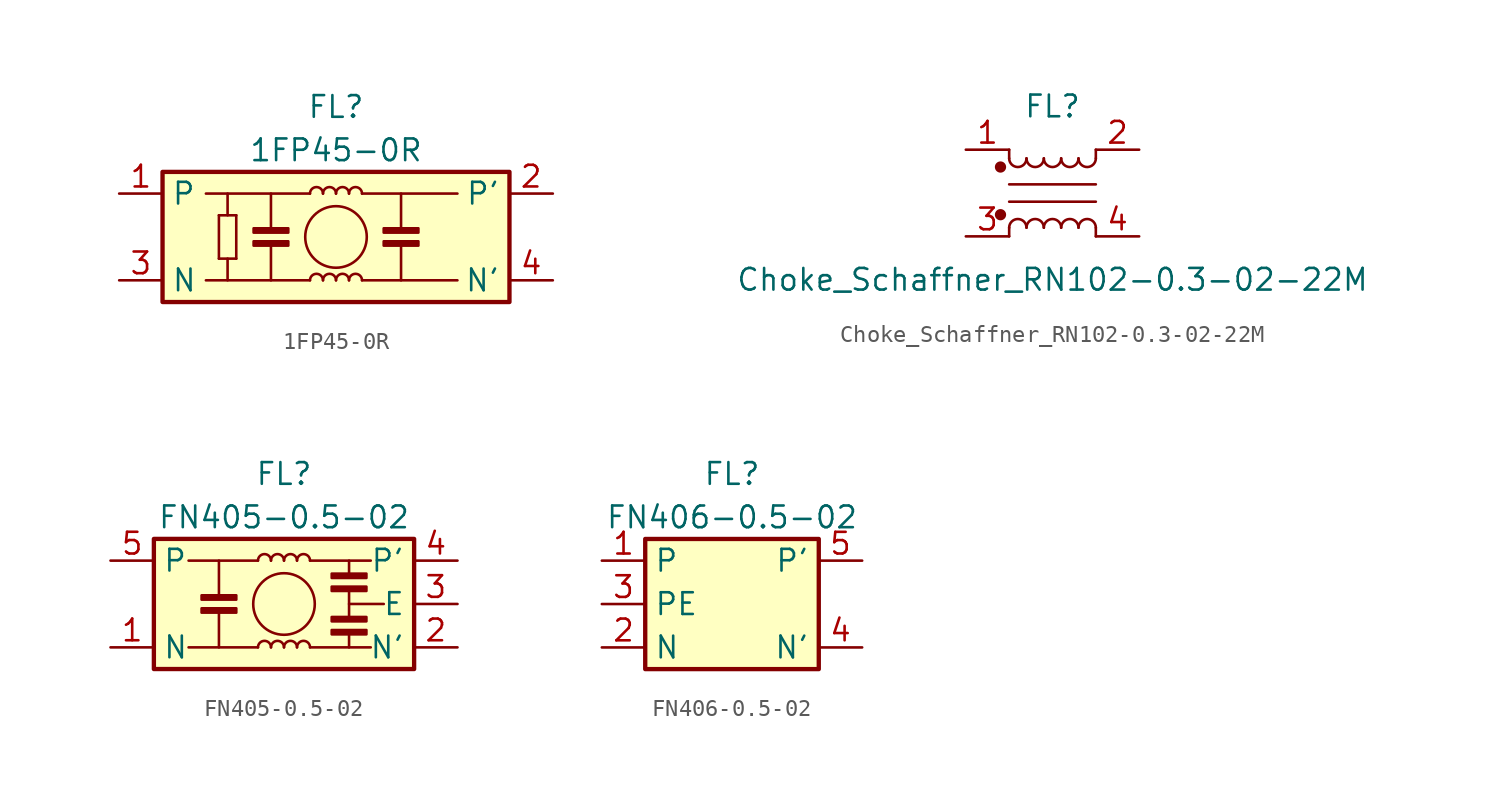
<source format=kicad_sym>
(kicad_symbol_lib
  (version 20201005)
  (generator kicad_symbol_editor)
  (symbol "Filter:1FP45-0R"
    (property "Reference" "FL"
      (at 0 7.62 0)
      (effects (font (size 1.27 1.27))))
    (property "Value" "1FP45-0R"
      (at 0 5.08 0)
      (effects (font (size 1.27 1.27))))
    (symbol "1FP45-0R_1_1"
      (arc (start -0.762 -2.54) (end -1.524 -2.54) (radius (at -1.143 -2.54) (length 0.381) (angles 0.1 179.9)) (stroke (width 0)) (fill (type none)))
      (arc (start -0.762 2.54) (end -1.524 2.54) (radius (at -1.143 2.54) (length 0.381) (angles 0.1 179.9)) (stroke (width 0)) (fill (type none)))
      (arc (start 0 -2.54) (end -0.762 -2.54) (radius (at -0.381 -2.54) (length 0.381) (angles 0.1 179.9)) (stroke (width 0)) (fill (type none)))
      (arc (start 0 2.54) (end -0.762 2.54) (radius (at -0.381 2.54) (length 0.381) (angles 0.1 179.9)) (stroke (width 0)) (fill (type none)))
      (arc (start 0.762 -2.54) (end 0 -2.54) (radius (at 0.381 -2.54) (length 0.381) (angles 0.1 179.9)) (stroke (width 0)) (fill (type none)))
      (arc (start 0.762 2.54) (end 0 2.54) (radius (at 0.381 2.54) (length 0.381) (angles 0.1 179.9)) (stroke (width 0)) (fill (type none)))
      (arc (start 1.524 -2.54) (end 0.762 -2.54) (radius (at 1.143 -2.54) (length 0.381) (angles 0.1 179.9)) (stroke (width 0)) (fill (type none)))
      (arc (start 1.524 2.54) (end 0.762 2.54) (radius (at 1.143 2.54) (length 0.381) (angles 0.1 179.9)) (stroke (width 0)) (fill (type none)))
      (circle (center 0 0) (radius 1.803) (stroke (width 0)) (fill (type none)))
      (rectangle (start -10.16 3.81) (end 10.16 -3.81) (stroke (width 0.254)) (fill (type background)))
      (rectangle (start -4.826 -0.254) (end -2.794 -0.508) (stroke (width 0)) (fill (type outline)))
      (rectangle (start -4.826 0.254) (end -2.794 0.508) (stroke (width 0)) (fill (type outline)))
      (rectangle (start 2.794 -0.254) (end 4.826 -0.508) (stroke (width 0)) (fill (type outline)))
      (rectangle (start 2.794 0.254) (end 4.826 0.508) (stroke (width 0)) (fill (type outline)))
      (polyline (pts (xy -6.858 -1.27) (xy -6.858 1.27)) (stroke (width 0)) (fill (type none)))
      (polyline (pts (xy -6.858 -1.27) (xy -5.842 -1.27)) (stroke (width 0)) (fill (type none)))
      (polyline (pts (xy -6.858 1.27) (xy -5.842 1.27)) (stroke (width 0)) (fill (type none)))
      (polyline (pts (xy -6.35 -1.27) (xy -6.35 -2.54)) (stroke (width 0)) (fill (type none)))
      (polyline (pts (xy -6.35 1.27) (xy -6.35 2.54)) (stroke (width 0)) (fill (type none)))
      (polyline (pts (xy -5.842 -1.27) (xy -5.842 1.27)) (stroke (width 0)) (fill (type none)))
      (polyline (pts (xy -3.81 -0.508) (xy -3.81 -2.54)) (stroke (width 0)) (fill (type none)))
      (polyline (pts (xy -3.81 0.508) (xy -3.81 2.54)) (stroke (width 0)) (fill (type none)))
      (polyline (pts (xy -1.524 -2.54) (xy -7.62 -2.54)) (stroke (width 0)) (fill (type none)))
      (polyline (pts (xy -1.524 2.54) (xy -7.62 2.54)) (stroke (width 0)) (fill (type none)))
      (polyline (pts (xy 1.524 -2.54) (xy 7.112 -2.54)) (stroke (width 0)) (fill (type none)))
      (polyline (pts (xy 3.81 -0.508) (xy 3.81 -2.54)) (stroke (width 0)) (fill (type none)))
      (polyline (pts (xy 3.81 0.508) (xy 3.81 2.54)) (stroke (width 0)) (fill (type none)))
      (polyline (pts (xy 7.112 2.54) (xy 1.524 2.54)) (stroke (width 0)) (fill (type none)))
      (pin passive line (at -12.7 2.54 0) (length 2.54) (name "P" (effects (font (size 1.27 1.27)))) (number "1" (effects (font (size 1.27 1.27)))))
      (pin passive line (at 12.7 2.54 180) (length 2.54) (name "P'" (effects (font (size 1.27 1.27)))) (number "2" (effects (font (size 1.27 1.27)))))
      (pin passive line (at -12.7 -2.54 0) (length 2.54) (name "N" (effects (font (size 1.27 1.27)))) (number "3" (effects (font (size 1.27 1.27)))))
      (pin passive line (at 12.7 -2.54 180) (length 2.54) (name "N'" (effects (font (size 1.27 1.27)))) (number "4" (effects (font (size 1.27 1.27)))))))
  (symbol "Filter:Choke_Schaffner_RN102-0.3-02-22M"
    (pin_names hide)
    (property "Reference" "FL"
      (at 0 5.08 0)
      (effects (font (size 1.27 1.27))))
    (property "Value" "Choke_Schaffner_RN102-0.3-02-22M"
      (at 0 -5.08 0)
      (effects (font (size 1.27 1.27))))
    (symbol "Choke_Schaffner_RN102-0.3-02-22M_1_1"
      (arc (start -1.524 -2.032) (end -2.54 -2.032) (radius (at -2.032 -2.032) (length 0.508) (angles 0.1 179.9)) (stroke (width 0)) (fill (type none)))
      (arc (start -2.54 2.032) (end -1.524 2.032) (radius (at -2.032 2.032) (length 0.508) (angles -179.9 -0.1)) (stroke (width 0)) (fill (type none)))
      (arc (start -0.508 -2.032) (end -1.524 -2.032) (radius (at -1.016 -2.032) (length 0.508) (angles 0.1 179.9)) (stroke (width 0)) (fill (type none)))
      (arc (start -1.524 2.032) (end -0.508 2.032) (radius (at -1.016 2.032) (length 0.508) (angles -179.9 -0.1)) (stroke (width 0)) (fill (type none)))
      (arc (start 0.508 -2.032) (end -0.508 -2.032) (radius (at 0 -2.032) (length 0.508) (angles 0.1 179.9)) (stroke (width 0)) (fill (type none)))
      (arc (start -0.508 2.032) (end 0.508 2.032) (radius (at 0 2.032) (length 0.508) (angles -179.9 -0.1)) (stroke (width 0)) (fill (type none)))
      (arc (start 1.524 -2.032) (end 0.508 -2.032) (radius (at 1.016 -2.032) (length 0.508) (angles 0.1 179.9)) (stroke (width 0)) (fill (type none)))
      (arc (start 0.508 2.032) (end 1.524 2.032) (radius (at 1.016 2.032) (length 0.508) (angles -179.9 -0.1)) (stroke (width 0)) (fill (type none)))
      (arc (start 2.54 -2.032) (end 1.524 -2.032) (radius (at 2.032 -2.032) (length 0.508) (angles 0.1 179.9)) (stroke (width 0)) (fill (type none)))
      (arc (start 1.524 2.032) (end 2.54 2.032) (radius (at 2.032 2.032) (length 0.508) (angles -179.9 -0.1)) (stroke (width 0)) (fill (type none)))
      (circle (center -3.048 -1.27) (radius 0.254) (stroke (width 0)) (fill (type outline)))
      (circle (center -3.048 1.524) (radius 0.254) (stroke (width 0)) (fill (type outline)))
      (polyline (pts (xy -2.54 -2.032) (xy -2.54 -2.54)) (stroke (width 0)) (fill (type none)))
      (polyline (pts (xy -2.54 0.508) (xy 2.54 0.508)) (stroke (width 0)) (fill (type none)))
      (polyline (pts (xy -2.54 2.032) (xy -2.54 2.54)) (stroke (width 0)) (fill (type none)))
      (polyline (pts (xy 2.54 -2.032) (xy 2.54 -2.54)) (stroke (width 0)) (fill (type none)))
      (polyline (pts (xy 2.54 -0.508) (xy -2.54 -0.508)) (stroke (width 0)) (fill (type none)))
      (polyline (pts (xy 2.54 2.54) (xy 2.54 2.032)) (stroke (width 0)) (fill (type none)))
      (pin passive line (at -5.08 2.54 0) (length 2.54) (name "1" (effects (font (size 1.27 1.27)))) (number "1" (effects (font (size 1.27 1.27)))))
      (pin passive line (at 5.08 2.54 180) (length 2.54) (name "2" (effects (font (size 1.27 1.27)))) (number "2" (effects (font (size 1.27 1.27)))))
      (pin passive line (at -5.08 -2.54 0) (length 2.54) (name "3" (effects (font (size 1.27 1.27)))) (number "3" (effects (font (size 1.27 1.27)))))
      (pin passive line (at 5.08 -2.54 180) (length 2.54) (name "4" (effects (font (size 1.27 1.27)))) (number "4" (effects (font (size 1.27 1.27)))))))
  (symbol "Filter:FN405-0.5-02"
    (property "Reference" "FL"
      (at 0 7.62 0)
      (effects (font (size 1.27 1.27))))
    (property "Value" "FN405-0.5-02"
      (at 0 5.08 0)
      (effects (font (size 1.27 1.27))))
    (symbol "FN405-0.5-02_0_1"
      (arc (start -0.762 -2.54) (end -1.524 -2.54) (radius (at -1.143 -2.54) (length 0.381) (angles 0.1 179.9)) (stroke (width 0)) (fill (type none)))
      (arc (start -0.762 2.54) (end -1.524 2.54) (radius (at -1.143 2.54) (length 0.381) (angles 0.1 179.9)) (stroke (width 0)) (fill (type none)))
      (arc (start 0 -2.54) (end -0.762 -2.54) (radius (at -0.381 -2.54) (length 0.381) (angles 0.1 179.9)) (stroke (width 0)) (fill (type none)))
      (arc (start 0 2.54) (end -0.762 2.54) (radius (at -0.381 2.54) (length 0.381) (angles 0.1 179.9)) (stroke (width 0)) (fill (type none)))
      (arc (start 0.762 -2.54) (end 0 -2.54) (radius (at 0.381 -2.54) (length 0.381) (angles 0.1 179.9)) (stroke (width 0)) (fill (type none)))
      (arc (start 0.762 2.54) (end 0 2.54) (radius (at 0.381 2.54) (length 0.381) (angles 0.1 179.9)) (stroke (width 0)) (fill (type none)))
      (arc (start 1.524 -2.54) (end 0.762 -2.54) (radius (at 1.143 -2.54) (length 0.381) (angles 0.1 179.9)) (stroke (width 0)) (fill (type none)))
      (arc (start 1.524 2.54) (end 0.762 2.54) (radius (at 1.143 2.54) (length 0.381) (angles 0.1 179.9)) (stroke (width 0)) (fill (type none)))
      (circle (center 0 0) (radius 1.803) (stroke (width 0)) (fill (type none)))
      (rectangle (start -7.62 3.81) (end 7.62 -3.81) (stroke (width 0.254)) (fill (type background)))
      (rectangle (start -4.826 -0.254) (end -2.794 -0.508) (stroke (width 0)) (fill (type outline)))
      (rectangle (start -4.826 0.254) (end -2.794 0.508) (stroke (width 0)) (fill (type outline)))
      (rectangle (start 2.794 -1.524) (end 4.826 -1.778) (stroke (width 0)) (fill (type outline)))
      (rectangle (start 2.794 -1.016) (end 4.826 -0.762) (stroke (width 0)) (fill (type outline)))
      (rectangle (start 2.794 1.016) (end 4.826 0.762) (stroke (width 0)) (fill (type outline)))
      (rectangle (start 2.794 1.524) (end 4.826 1.778) (stroke (width 0)) (fill (type outline)))
      (polyline (pts (xy -3.81 -0.508) (xy -3.81 -2.54)) (stroke (width 0)) (fill (type none)))
      (polyline (pts (xy -3.81 0.508) (xy -3.81 2.54)) (stroke (width 0)) (fill (type none)))
      (polyline (pts (xy -1.524 -2.54) (xy -5.588 -2.54)) (stroke (width 0)) (fill (type none)))
      (polyline (pts (xy -1.524 2.54) (xy -5.588 2.54)) (stroke (width 0)) (fill (type none)))
      (polyline (pts (xy 1.524 -2.54) (xy 5.08 -2.54)) (stroke (width 0)) (fill (type none)))
      (polyline (pts (xy 3.81 -1.778) (xy 3.81 -2.54)) (stroke (width 0)) (fill (type none)))
      (polyline (pts (xy 3.81 0) (xy 5.842 0)) (stroke (width 0)) (fill (type none)))
      (polyline (pts (xy 3.81 0.762) (xy 3.81 -0.762)) (stroke (width 0)) (fill (type none)))
      (polyline (pts (xy 3.81 1.778) (xy 3.81 2.54)) (stroke (width 0)) (fill (type none)))
      (polyline (pts (xy 5.08 2.54) (xy 1.524 2.54)) (stroke (width 0)) (fill (type none))))
    (symbol "FN405-0.5-02_1_1"
      (pin passive line (at -10.16 -2.54 0) (length 2.54) (name "N" (effects (font (size 1.27 1.27)))) (number "1" (effects (font (size 1.27 1.27)))))
      (pin passive line (at 10.16 -2.54 180) (length 2.54) (name "N'" (effects (font (size 1.27 1.27)))) (number "2" (effects (font (size 1.27 1.27)))))
      (pin passive line (at 10.16 0 180) (length 2.54) (name "E" (effects (font (size 1.27 1.27)))) (number "3" (effects (font (size 1.27 1.27)))))
      (pin passive line (at 10.16 2.54 180) (length 2.54) (name "P'" (effects (font (size 1.27 1.27)))) (number "4" (effects (font (size 1.27 1.27)))))
      (pin passive line (at -10.16 2.54 0) (length 2.54) (name "P" (effects (font (size 1.27 1.27)))) (number "5" (effects (font (size 1.27 1.27)))))))
  (symbol "Filter:FN406-0.5-02"
    (property "Reference" "FL"
      (at 0 7.62 0)
      (effects (font (size 1.27 1.27))))
    (property "Value" "FN406-0.5-02"
      (at 0 5.08 0)
      (effects (font (size 1.27 1.27))))
    (symbol "FN406-0.5-02_0_1"
      (rectangle (start -5.08 3.81) (end 5.08 -3.81) (stroke (width 0.254)) (fill (type background))))
    (symbol "FN406-0.5-02_1_1"
      (pin passive line (at -7.62 2.54 0) (length 2.54) (name "P" (effects (font (size 1.27 1.27)))) (number "1" (effects (font (size 1.27 1.27)))))
      (pin passive line (at -7.62 -2.54 0) (length 2.54) (name "N" (effects (font (size 1.27 1.27)))) (number "2" (effects (font (size 1.27 1.27)))))
      (pin passive line (at -7.62 0 0) (length 2.54) (name "PE" (effects (font (size 1.27 1.27)))) (number "3" (effects (font (size 1.27 1.27)))))
      (pin passive line (at 7.62 -2.54 180) (length 2.54) (name "N'" (effects (font (size 1.27 1.27)))) (number "4" (effects (font (size 1.27 1.27)))))
      (pin passive line (at 7.62 2.54 180) (length 2.54) (name "P'" (effects (font (size 1.27 1.27)))) (number "5" (effects (font (size 1.27 1.27))))))))
</source>
